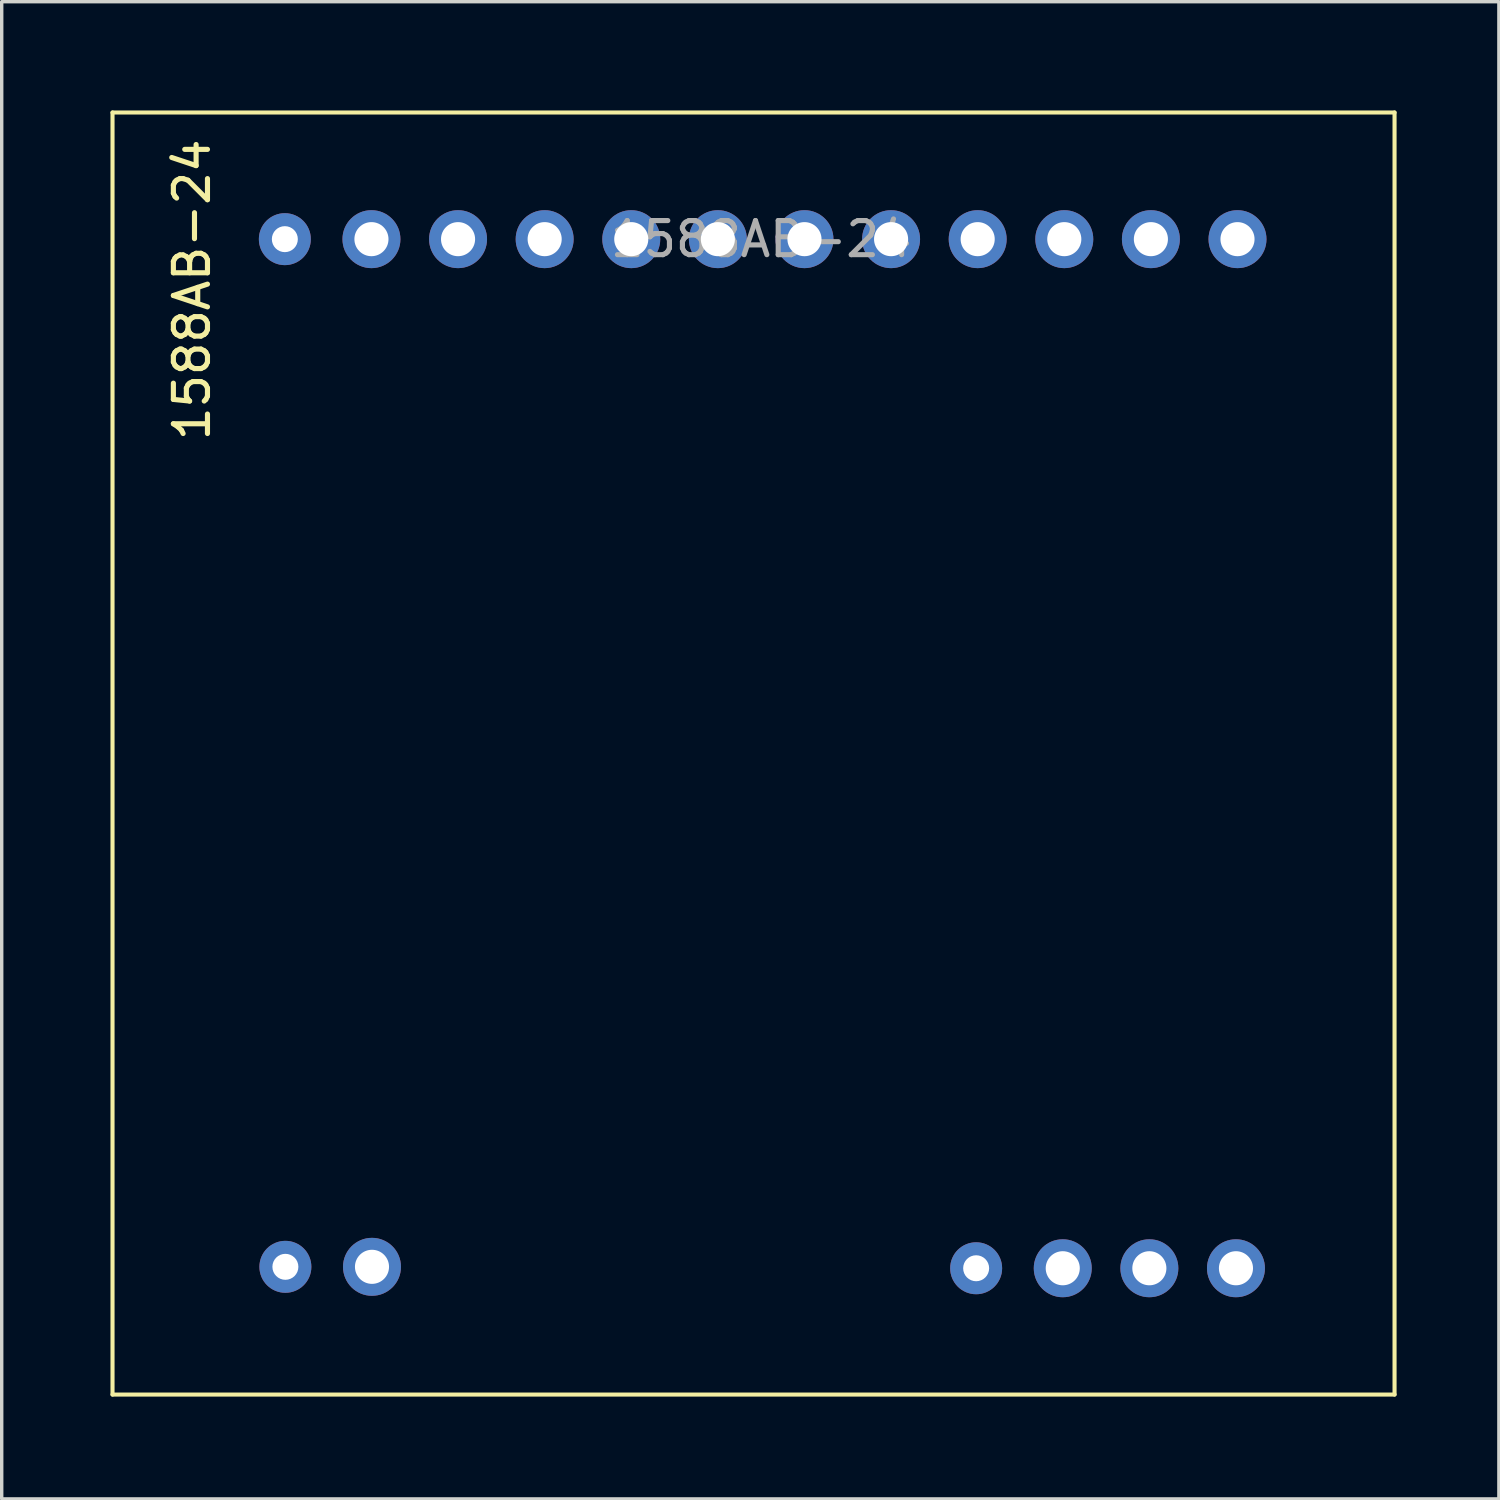
<source format=kicad_pcb>
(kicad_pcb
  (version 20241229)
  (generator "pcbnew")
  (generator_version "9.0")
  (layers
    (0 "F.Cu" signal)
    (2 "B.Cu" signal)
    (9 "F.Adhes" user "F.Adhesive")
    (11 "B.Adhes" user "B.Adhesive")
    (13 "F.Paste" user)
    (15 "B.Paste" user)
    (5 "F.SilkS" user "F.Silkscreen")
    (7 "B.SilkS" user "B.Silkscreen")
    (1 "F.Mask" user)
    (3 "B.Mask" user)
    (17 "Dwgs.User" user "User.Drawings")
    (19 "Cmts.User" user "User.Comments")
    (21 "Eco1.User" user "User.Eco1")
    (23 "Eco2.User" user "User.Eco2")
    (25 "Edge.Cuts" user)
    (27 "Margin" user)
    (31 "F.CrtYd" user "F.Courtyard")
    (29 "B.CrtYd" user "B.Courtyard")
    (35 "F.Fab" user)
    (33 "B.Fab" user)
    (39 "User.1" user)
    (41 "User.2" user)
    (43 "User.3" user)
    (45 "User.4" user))
  (footprint "1588AB-24"
    (layer "F.Cu")
    (at 0.25 0.25)
    (property "Reference" "1588AB-24" (at 2.33 5.2 90) (layer "F.SilkS") (effects (font (size 1 1) (thickness 0.15))))
    (attr through_hole)
    (fp_line (start 0 0) (end 37.6 0) (stroke (width 0.12) (type solid)) (layer "F.SilkS"))
    (fp_line (start 0 37.6) (end 0 0) (stroke (width 0.12) (type solid)) (layer "F.SilkS"))
    (fp_line (start 37.6 0) (end 37.6 37.6) (stroke (width 0.12) (type solid)) (layer "F.SilkS"))
    (fp_line (start 37.6 37.6) (end 0 37.6) (stroke (width 0.12) (type solid)) (layer "F.SilkS"))
    (fp_text user "${REFERENCE}" (at 19.024 3.714 180) (layer "F.Fab") (effects (font (size 1 1) (thickness 0.15))))
    (pad "1" thru_hole circle (at 5.054 3.714 90) (size 1.524 1.524) (drill 0.762) (layers "*.Cu" "*.Mask"))
    (pad "1" thru_hole circle (at 5.07 33.854 90) (size 1.524 1.524) (drill 0.762) (layers "*.Cu" "*.Mask"))
    (pad "1" thru_hole circle (at 25.329 33.896 90) (size 1.524 1.524) (drill 0.762) (layers "*.Cu" "*.Mask"))
    (pad "2" thru_hole oval (at 7.594 3.714 90) (size 1.7 1.7) (drill 1) (layers "*.Cu" "*.Mask"))
    (pad "2" thru_hole oval (at 7.61 33.854 90) (size 1.7 1.7) (drill 1) (layers "*.Cu" "*.Mask"))
    (pad "2" thru_hole oval (at 27.869 33.896 90) (size 1.7 1.7) (drill 1) (layers "*.Cu" "*.Mask"))
    (pad "3" thru_hole oval (at 10.134 3.714 90) (size 1.7 1.7) (drill 1) (layers "*.Cu" "*.Mask"))
    (pad "3" thru_hole oval (at 30.409 33.896 90) (size 1.7 1.7) (drill 1) (layers "*.Cu" "*.Mask"))
    (pad "4" thru_hole oval (at 12.674 3.714 90) (size 1.7 1.7) (drill 1) (layers "*.Cu" "*.Mask"))
    (pad "4" thru_hole oval (at 32.949 33.896 90) (size 1.7 1.7) (drill 1) (layers "*.Cu" "*.Mask"))
    (pad "5" thru_hole oval (at 15.214 3.714 90) (size 1.7 1.7) (drill 1) (layers "*.Cu" "*.Mask"))
    (pad "6" thru_hole oval (at 17.754 3.714 90) (size 1.7 1.7) (drill 1) (layers "*.Cu" "*.Mask"))
    (pad "7" thru_hole oval (at 20.294 3.714 90) (size 1.7 1.7) (drill 1) (layers "*.Cu" "*.Mask"))
    (pad "8" thru_hole oval (at 22.834 3.714 90) (size 1.7 1.7) (drill 1) (layers "*.Cu" "*.Mask"))
    (pad "9" thru_hole oval (at 25.374 3.714 90) (size 1.7 1.7) (drill 1) (layers "*.Cu" "*.Mask"))
    (pad "10" thru_hole oval (at 27.914 3.714 90) (size 1.7 1.7) (drill 1) (layers "*.Cu" "*.Mask"))
    (pad "11" thru_hole oval (at 30.454 3.714 90) (size 1.7 1.7) (drill 1) (layers "*.Cu" "*.Mask"))
    (pad "12" thru_hole oval (at 32.994 3.714 90) (size 1.7 1.7) (drill 1) (layers "*.Cu" "*.Mask")))
  (gr_rect
    (start -3 -3)
    (end 40.91 40.91)
    (stroke (width 0.1) (type default))
    (fill no)
    (layer "Edge.Cuts")))
</source>
